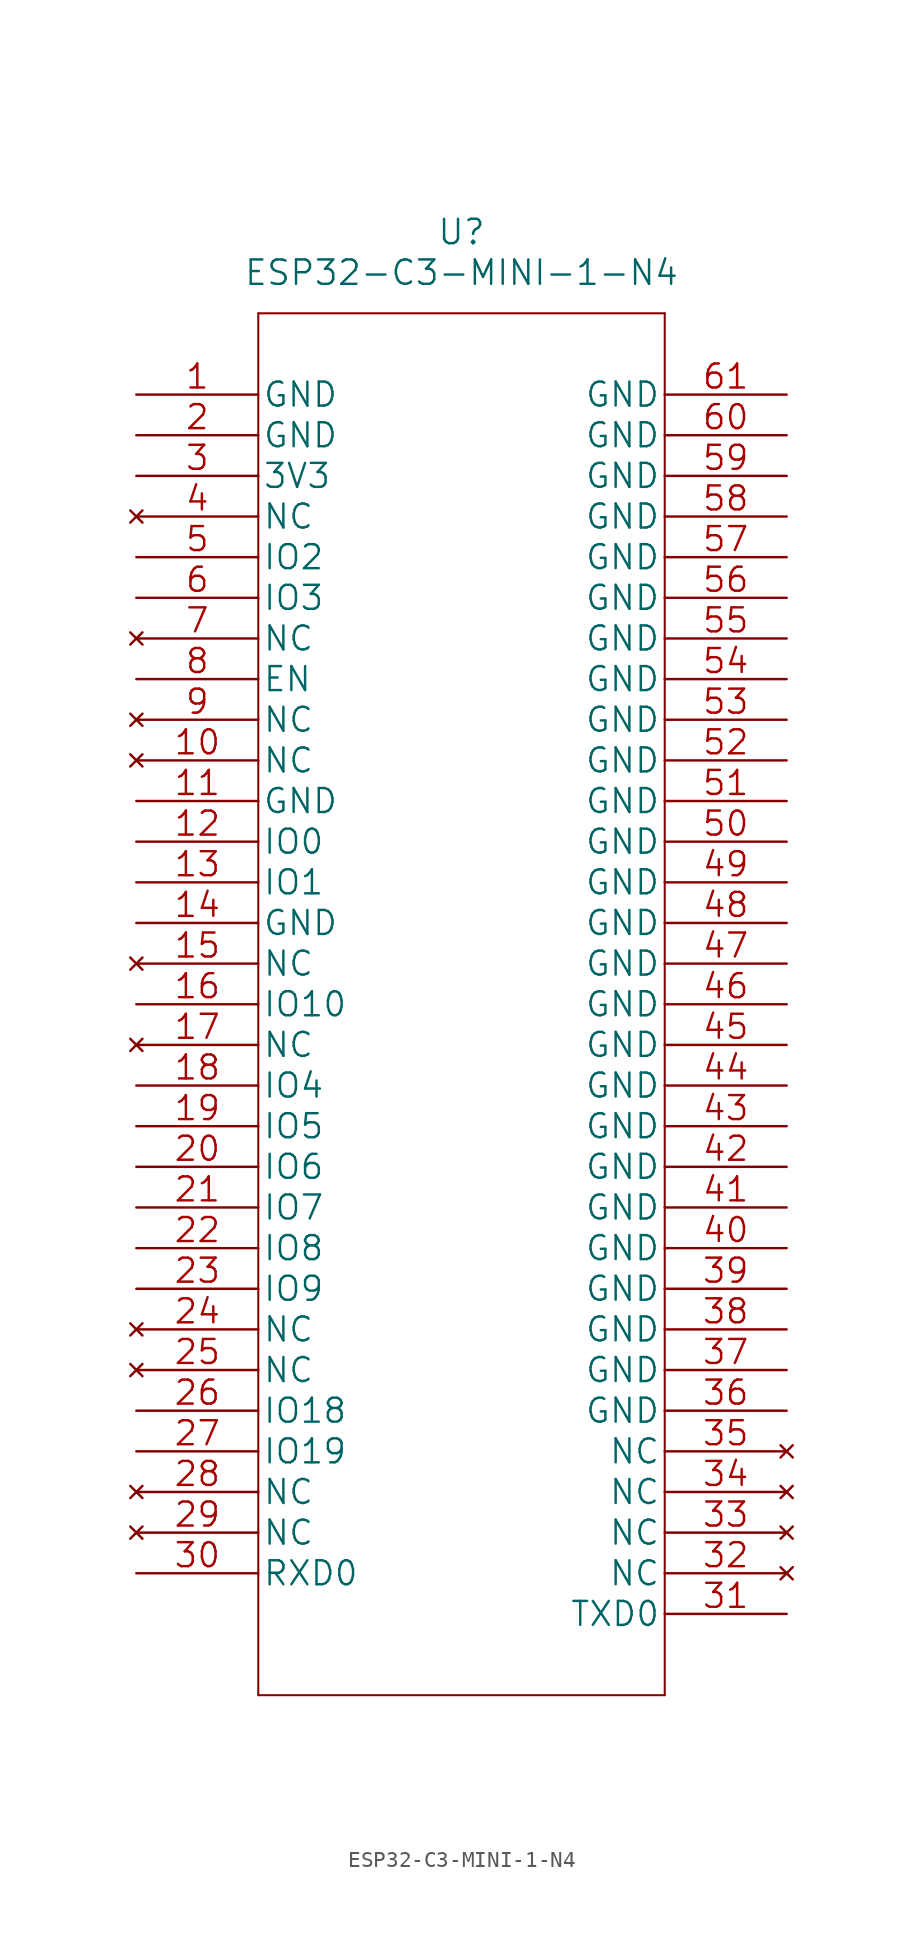
<source format=kicad_sym>
(kicad_symbol_lib
  (version 20211014)
  (generator kicad_symbol_editor)
  (symbol "ESP32-C3-MINI-1-N4"
    (pin_names
      (offset 0.254))
    (property "Reference" "U"
      (at 20.32 10.16 0)
      (effects (font (size 1.524 1.524))))
    (property "Value" "ESP32-C3-MINI-1-N4"
      (at 20.32 7.62 0)
      (effects (font (size 1.524 1.524))))
    (property "Datasheet" ""
      (at 0 0 0)
      (effects (font (size 1.524 1.524))))
    (property "ki_locked" ""
      (at 0 0 0)
      (effects (font (size 1.27 1.27))))
    (symbol "ESP32-C3-MINI-1-N4_1_1"
      (polyline (pts (xy 7.62 -81.28) (xy 33.02 -81.28)) (stroke (width 0.127) (type default) (color 0 0 0 0)) (fill (type none)))
      (polyline (pts (xy 7.62 5.08) (xy 7.62 -81.28)) (stroke (width 0.127) (type default) (color 0 0 0 0)) (fill (type none)))
      (polyline (pts (xy 33.02 -81.28) (xy 33.02 5.08)) (stroke (width 0.127) (type default) (color 0 0 0 0)) (fill (type none)))
      (polyline (pts (xy 33.02 5.08) (xy 7.62 5.08)) (stroke (width 0.127) (type default) (color 0 0 0 0)) (fill (type none)))
      (pin power_in line (at 0 0 0) (length 7.62) (name "GND" (effects (font (size 1.499 1.499)))) (number "1" (effects (font (size 1.499 1.499)))))
      (pin no_connect line (at 0 -22.86 0) (length 7.62) (name "NC" (effects (font (size 1.499 1.499)))) (number "10" (effects (font (size 1.499 1.499)))))
      (pin power_in line (at 0 -25.4 0) (length 7.62) (name "GND" (effects (font (size 1.499 1.499)))) (number "11" (effects (font (size 1.499 1.499)))))
      (pin bidirectional line (at 0 -27.94 0) (length 7.62) (name "IO0" (effects (font (size 1.499 1.499)))) (number "12" (effects (font (size 1.499 1.499)))))
      (pin bidirectional line (at 0 -30.48 0) (length 7.62) (name "IO1" (effects (font (size 1.499 1.499)))) (number "13" (effects (font (size 1.499 1.499)))))
      (pin power_in line (at 0 -33.02 0) (length 7.62) (name "GND" (effects (font (size 1.499 1.499)))) (number "14" (effects (font (size 1.499 1.499)))))
      (pin no_connect line (at 0 -35.56 0) (length 7.62) (name "NC" (effects (font (size 1.499 1.499)))) (number "15" (effects (font (size 1.499 1.499)))))
      (pin bidirectional line (at 0 -38.1 0) (length 7.62) (name "IO10" (effects (font (size 1.499 1.499)))) (number "16" (effects (font (size 1.499 1.499)))))
      (pin no_connect line (at 0 -40.64 0) (length 7.62) (name "NC" (effects (font (size 1.499 1.499)))) (number "17" (effects (font (size 1.499 1.499)))))
      (pin bidirectional line (at 0 -43.18 0) (length 7.62) (name "IO4" (effects (font (size 1.499 1.499)))) (number "18" (effects (font (size 1.499 1.499)))))
      (pin bidirectional line (at 0 -45.72 0) (length 7.62) (name "IO5" (effects (font (size 1.499 1.499)))) (number "19" (effects (font (size 1.499 1.499)))))
      (pin power_in line (at 0 -2.54 0) (length 7.62) (name "GND" (effects (font (size 1.499 1.499)))) (number "2" (effects (font (size 1.499 1.499)))))
      (pin bidirectional line (at 0 -48.26 0) (length 7.62) (name "IO6" (effects (font (size 1.499 1.499)))) (number "20" (effects (font (size 1.499 1.499)))))
      (pin bidirectional line (at 0 -50.8 0) (length 7.62) (name "IO7" (effects (font (size 1.499 1.499)))) (number "21" (effects (font (size 1.499 1.499)))))
      (pin bidirectional line (at 0 -53.34 0) (length 7.62) (name "IO8" (effects (font (size 1.499 1.499)))) (number "22" (effects (font (size 1.499 1.499)))))
      (pin bidirectional line (at 0 -55.88 0) (length 7.62) (name "IO9" (effects (font (size 1.499 1.499)))) (number "23" (effects (font (size 1.499 1.499)))))
      (pin no_connect line (at 0 -58.42 0) (length 7.62) (name "NC" (effects (font (size 1.499 1.499)))) (number "24" (effects (font (size 1.499 1.499)))))
      (pin no_connect line (at 0 -60.96 0) (length 7.62) (name "NC" (effects (font (size 1.499 1.499)))) (number "25" (effects (font (size 1.499 1.499)))))
      (pin bidirectional line (at 0 -63.5 0) (length 7.62) (name "IO18" (effects (font (size 1.499 1.499)))) (number "26" (effects (font (size 1.499 1.499)))))
      (pin bidirectional line (at 0 -66.04 0) (length 7.62) (name "IO19" (effects (font (size 1.499 1.499)))) (number "27" (effects (font (size 1.499 1.499)))))
      (pin no_connect line (at 0 -68.58 0) (length 7.62) (name "NC" (effects (font (size 1.499 1.499)))) (number "28" (effects (font (size 1.499 1.499)))))
      (pin no_connect line (at 0 -71.12 0) (length 7.62) (name "NC" (effects (font (size 1.499 1.499)))) (number "29" (effects (font (size 1.499 1.499)))))
      (pin power_in line (at 0 -5.08 0) (length 7.62) (name "3V3" (effects (font (size 1.499 1.499)))) (number "3" (effects (font (size 1.499 1.499)))))
      (pin bidirectional line (at 0 -73.66 0) (length 7.62) (name "RXD0" (effects (font (size 1.499 1.499)))) (number "30" (effects (font (size 1.499 1.499)))))
      (pin bidirectional line (at 40.64 -76.2 180) (length 7.62) (name "TXD0" (effects (font (size 1.499 1.499)))) (number "31" (effects (font (size 1.499 1.499)))))
      (pin no_connect line (at 40.64 -73.66 180) (length 7.62) (name "NC" (effects (font (size 1.499 1.499)))) (number "32" (effects (font (size 1.499 1.499)))))
      (pin no_connect line (at 40.64 -71.12 180) (length 7.62) (name "NC" (effects (font (size 1.499 1.499)))) (number "33" (effects (font (size 1.499 1.499)))))
      (pin no_connect line (at 40.64 -68.58 180) (length 7.62) (name "NC" (effects (font (size 1.499 1.499)))) (number "34" (effects (font (size 1.499 1.499)))))
      (pin no_connect line (at 40.64 -66.04 180) (length 7.62) (name "NC" (effects (font (size 1.499 1.499)))) (number "35" (effects (font (size 1.499 1.499)))))
      (pin power_in line (at 40.64 -63.5 180) (length 7.62) (name "GND" (effects (font (size 1.499 1.499)))) (number "36" (effects (font (size 1.499 1.499)))))
      (pin power_in line (at 40.64 -60.96 180) (length 7.62) (name "GND" (effects (font (size 1.499 1.499)))) (number "37" (effects (font (size 1.499 1.499)))))
      (pin power_in line (at 40.64 -58.42 180) (length 7.62) (name "GND" (effects (font (size 1.499 1.499)))) (number "38" (effects (font (size 1.499 1.499)))))
      (pin power_in line (at 40.64 -55.88 180) (length 7.62) (name "GND" (effects (font (size 1.499 1.499)))) (number "39" (effects (font (size 1.499 1.499)))))
      (pin no_connect line (at 0 -7.62 0) (length 7.62) (name "NC" (effects (font (size 1.499 1.499)))) (number "4" (effects (font (size 1.499 1.499)))))
      (pin power_in line (at 40.64 -53.34 180) (length 7.62) (name "GND" (effects (font (size 1.499 1.499)))) (number "40" (effects (font (size 1.499 1.499)))))
      (pin power_in line (at 40.64 -50.8 180) (length 7.62) (name "GND" (effects (font (size 1.499 1.499)))) (number "41" (effects (font (size 1.499 1.499)))))
      (pin power_in line (at 40.64 -48.26 180) (length 7.62) (name "GND" (effects (font (size 1.499 1.499)))) (number "42" (effects (font (size 1.499 1.499)))))
      (pin power_in line (at 40.64 -45.72 180) (length 7.62) (name "GND" (effects (font (size 1.499 1.499)))) (number "43" (effects (font (size 1.499 1.499)))))
      (pin power_in line (at 40.64 -43.18 180) (length 7.62) (name "GND" (effects (font (size 1.499 1.499)))) (number "44" (effects (font (size 1.499 1.499)))))
      (pin power_in line (at 40.64 -40.64 180) (length 7.62) (name "GND" (effects (font (size 1.499 1.499)))) (number "45" (effects (font (size 1.499 1.499)))))
      (pin power_in line (at 40.64 -38.1 180) (length 7.62) (name "GND" (effects (font (size 1.499 1.499)))) (number "46" (effects (font (size 1.499 1.499)))))
      (pin power_in line (at 40.64 -35.56 180) (length 7.62) (name "GND" (effects (font (size 1.499 1.499)))) (number "47" (effects (font (size 1.499 1.499)))))
      (pin power_in line (at 40.64 -33.02 180) (length 7.62) (name "GND" (effects (font (size 1.499 1.499)))) (number "48" (effects (font (size 1.499 1.499)))))
      (pin power_in line (at 40.64 -30.48 180) (length 7.62) (name "GND" (effects (font (size 1.499 1.499)))) (number "49" (effects (font (size 1.499 1.499)))))
      (pin bidirectional line (at 0 -10.16 0) (length 7.62) (name "IO2" (effects (font (size 1.499 1.499)))) (number "5" (effects (font (size 1.499 1.499)))))
      (pin power_in line (at 40.64 -27.94 180) (length 7.62) (name "GND" (effects (font (size 1.499 1.499)))) (number "50" (effects (font (size 1.499 1.499)))))
      (pin power_in line (at 40.64 -25.4 180) (length 7.62) (name "GND" (effects (font (size 1.499 1.499)))) (number "51" (effects (font (size 1.499 1.499)))))
      (pin power_in line (at 40.64 -22.86 180) (length 7.62) (name "GND" (effects (font (size 1.499 1.499)))) (number "52" (effects (font (size 1.499 1.499)))))
      (pin power_in line (at 40.64 -20.32 180) (length 7.62) (name "GND" (effects (font (size 1.499 1.499)))) (number "53" (effects (font (size 1.499 1.499)))))
      (pin power_in line (at 40.64 -17.78 180) (length 7.62) (name "GND" (effects (font (size 1.499 1.499)))) (number "54" (effects (font (size 1.499 1.499)))))
      (pin power_in line (at 40.64 -15.24 180) (length 7.62) (name "GND" (effects (font (size 1.499 1.499)))) (number "55" (effects (font (size 1.499 1.499)))))
      (pin power_in line (at 40.64 -12.7 180) (length 7.62) (name "GND" (effects (font (size 1.499 1.499)))) (number "56" (effects (font (size 1.499 1.499)))))
      (pin power_in line (at 40.64 -10.16 180) (length 7.62) (name "GND" (effects (font (size 1.499 1.499)))) (number "57" (effects (font (size 1.499 1.499)))))
      (pin power_in line (at 40.64 -7.62 180) (length 7.62) (name "GND" (effects (font (size 1.499 1.499)))) (number "58" (effects (font (size 1.499 1.499)))))
      (pin power_in line (at 40.64 -5.08 180) (length 7.62) (name "GND" (effects (font (size 1.499 1.499)))) (number "59" (effects (font (size 1.499 1.499)))))
      (pin bidirectional line (at 0 -12.7 0) (length 7.62) (name "IO3" (effects (font (size 1.499 1.499)))) (number "6" (effects (font (size 1.499 1.499)))))
      (pin power_in line (at 40.64 -2.54 180) (length 7.62) (name "GND" (effects (font (size 1.499 1.499)))) (number "60" (effects (font (size 1.499 1.499)))))
      (pin power_in line (at 40.64 0 180) (length 7.62) (name "GND" (effects (font (size 1.499 1.499)))) (number "61" (effects (font (size 1.499 1.499)))))
      (pin no_connect line (at 0 -15.24 0) (length 7.62) (name "NC" (effects (font (size 1.499 1.499)))) (number "7" (effects (font (size 1.499 1.499)))))
      (pin input line (at 0 -17.78 0) (length 7.62) (name "EN" (effects (font (size 1.499 1.499)))) (number "8" (effects (font (size 1.499 1.499)))))
      (pin no_connect line (at 0 -20.32 0) (length 7.62) (name "NC" (effects (font (size 1.499 1.499)))) (number "9" (effects (font (size 1.499 1.499))))))))
</source>
